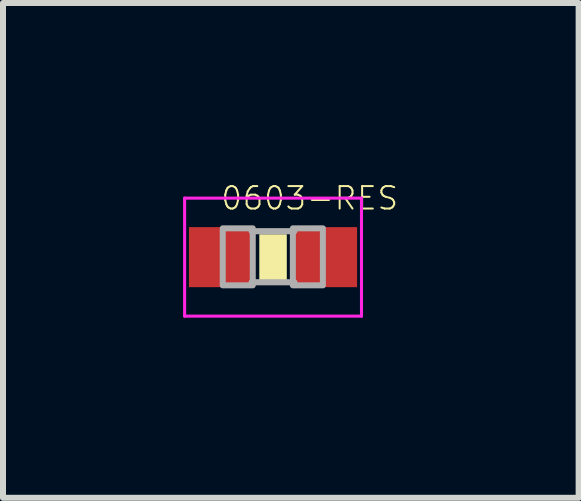
<source format=kicad_pcb>
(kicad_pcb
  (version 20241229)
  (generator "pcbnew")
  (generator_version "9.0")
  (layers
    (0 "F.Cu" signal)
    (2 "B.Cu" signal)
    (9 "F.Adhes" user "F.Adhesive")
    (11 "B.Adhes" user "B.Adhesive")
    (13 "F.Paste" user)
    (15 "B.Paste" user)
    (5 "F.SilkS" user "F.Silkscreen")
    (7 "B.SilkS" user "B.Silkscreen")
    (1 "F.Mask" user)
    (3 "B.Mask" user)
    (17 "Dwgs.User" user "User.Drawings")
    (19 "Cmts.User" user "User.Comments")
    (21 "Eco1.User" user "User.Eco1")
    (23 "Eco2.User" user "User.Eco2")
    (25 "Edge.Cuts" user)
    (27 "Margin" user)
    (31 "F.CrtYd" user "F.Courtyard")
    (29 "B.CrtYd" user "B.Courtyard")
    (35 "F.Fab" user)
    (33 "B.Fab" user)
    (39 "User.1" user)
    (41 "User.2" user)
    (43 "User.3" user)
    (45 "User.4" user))
  (footprint "0603-RES"
    (layer "F.Cu")
    (at 1.498 1.233)
    (property "Reference" "0603-RES" (at -0.889 -0.762 0) (unlocked yes) (layer "F.SilkS") (effects (font (size 0.374 0.374) (thickness 0.033)) (justify left bottom)))
    (fp_poly (pts (xy -0.229 0.381) (xy 0.229 0.381) (xy 0.229 -0.381) (xy -0.229 -0.381)) (stroke (width 0) (type default)) (fill yes) (layer "F.SilkS"))
    (fp_poly (pts (xy -0.2 0.3) (xy 0.2 0.3) (xy 0.2 -0.3) (xy -0.2 -0.3)) (stroke (width 0) (type default)) (fill yes) (layer "F.Adhes"))
    (fp_line (start -1.473 -0.983) (end 1.473 -0.983) (stroke (width 0.051) (type solid)) (layer "F.CrtYd"))
    (fp_line (start -1.473 0.983) (end -1.473 -0.983) (stroke (width 0.051) (type solid)) (layer "F.CrtYd"))
    (fp_line (start 1.473 -0.983) (end 1.473 0.983) (stroke (width 0.051) (type solid)) (layer "F.CrtYd"))
    (fp_line (start 1.473 0.983) (end -1.473 0.983) (stroke (width 0.051) (type solid)) (layer "F.CrtYd"))
    (fp_line (start -0.356 -0.432) (end 0.356 -0.432) (stroke (width 0.102) (type solid)) (layer "F.Fab"))
    (fp_line (start -0.356 0.419) (end 0.356 0.419) (stroke (width 0.102) (type solid)) (layer "F.Fab"))
    (fp_poly (pts (xy -0.838 0.47) (xy -0.338 0.47) (xy -0.338 -0.48) (xy -0.838 -0.48)) (stroke (width 0.1) (type default)) (fill no) (layer "F.Fab"))
    (fp_poly (pts (xy 0.33 0.47) (xy 0.83 0.47) (xy 0.83 -0.48) (xy 0.33 -0.48)) (stroke (width 0.1) (type default)) (fill no) (layer "F.Fab"))
    (pad "1" smd rect (at -0.85 0) (size 1.1 1) (layers "F.Cu" "F.Mask" "F.Paste"))
    (pad "2" smd rect (at 0.85 0) (size 1.1 1) (layers "F.Cu" "F.Mask" "F.Paste")))
  (gr_rect
    (start -3 -3)
    (end 6.588 5.242)
    (stroke (width 0.1) (type default))
    (fill no)
    (layer "Edge.Cuts")))
</source>
